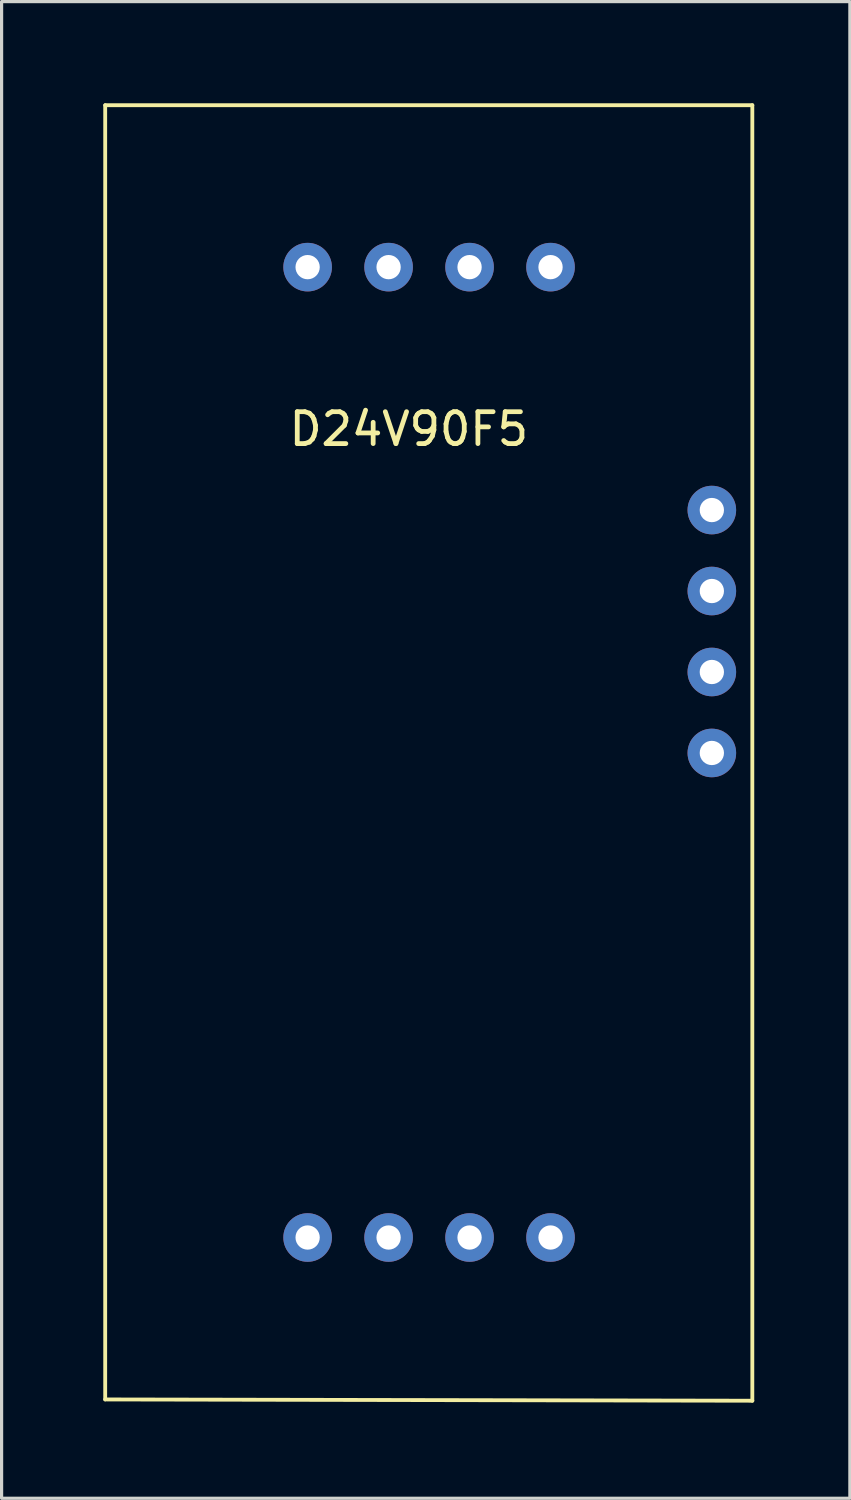
<source format=kicad_pcb>
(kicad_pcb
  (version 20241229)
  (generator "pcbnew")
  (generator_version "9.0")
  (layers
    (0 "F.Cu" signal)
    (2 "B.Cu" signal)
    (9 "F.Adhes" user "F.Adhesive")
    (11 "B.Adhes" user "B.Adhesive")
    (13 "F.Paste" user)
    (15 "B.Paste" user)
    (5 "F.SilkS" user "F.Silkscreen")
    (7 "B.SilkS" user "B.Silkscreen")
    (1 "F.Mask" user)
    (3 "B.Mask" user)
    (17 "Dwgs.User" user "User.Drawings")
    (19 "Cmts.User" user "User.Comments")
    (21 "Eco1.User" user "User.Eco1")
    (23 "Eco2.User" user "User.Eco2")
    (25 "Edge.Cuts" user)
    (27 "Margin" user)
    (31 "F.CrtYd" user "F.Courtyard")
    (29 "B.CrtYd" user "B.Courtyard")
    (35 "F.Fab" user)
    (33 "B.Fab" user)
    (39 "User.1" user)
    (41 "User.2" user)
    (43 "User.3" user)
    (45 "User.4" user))
  (footprint "D24V90F5"
    (layer "F.Cu")
    (at 0.25 0.25)
    (property "Reference" "D24V90F5" (at 9.525 10.16 0) (layer "F.SilkS") (effects (font (size 1 1) (thickness 0.15))))
    (attr through_hole)
    (fp_line (start 0 0) (end 0 40.6) (stroke (width 0.12) (type solid)) (layer "F.SilkS"))
    (fp_line (start 0 0) (end 20.3 0) (stroke (width 0.12) (type solid)) (layer "F.SilkS"))
    (fp_line (start 0 40.6) (end 20.3 40.64) (stroke (width 0.12) (type solid)) (layer "F.SilkS"))
    (fp_line (start 20.3 40.64) (end 20.3 0) (stroke (width 0.12) (type solid)) (layer "F.SilkS"))
    (pad "ENB" thru_hole circle (at 19.03 12.7) (size 1.524 1.524) (drill 0.762) (layers "*.Cu" "*.Mask"))
    (pad "FB" thru_hole circle (at 19.03 17.78) (size 1.524 1.524) (drill 0.762) (layers "*.Cu" "*.Mask"))
    (pad "GND" thru_hole circle (at 11.43 5.08) (size 1.524 1.524) (drill 0.762) (layers "*.Cu" "*.Mask"))
    (pad "GND" thru_hole circle (at 11.43 35.52) (size 1.524 1.524) (drill 0.762) (layers "*.Cu" "*.Mask"))
    (pad "GND" thru_hole circle (at 13.97 5.08) (size 1.524 1.524) (drill 0.762) (layers "*.Cu" "*.Mask"))
    (pad "GND" thru_hole circle (at 13.97 35.52) (size 1.524 1.524) (drill 0.762) (layers "*.Cu" "*.Mask"))
    (pad "PG" thru_hole circle (at 19.03 15.24) (size 1.524 1.524) (drill 0.762) (layers "*.Cu" "*.Mask"))
    (pad "VIN" thru_hole circle (at 6.35 5.08) (size 1.524 1.524) (drill 0.762) (layers "*.Cu" "*.Mask"))
    (pad "VIN" thru_hole circle (at 8.89 5.08) (size 1.524 1.524) (drill 0.762) (layers "*.Cu" "*.Mask"))
    (pad "VOUT" thru_hole circle (at 6.35 35.52 90) (size 1.524 1.524) (drill 0.762) (layers "*.Cu" "*.Mask"))
    (pad "VOUT" thru_hole circle (at 8.89 35.52) (size 1.524 1.524) (drill 0.762) (layers "*.Cu" "*.Mask"))
    (pad "VOUT" thru_hole circle (at 19.03 20.32) (size 1.524 1.524) (drill 0.762) (layers "*.Cu" "*.Mask")))
  (gr_rect
    (start -3 -3)
    (end 23.61 43.95)
    (stroke (width 0.1) (type default))
    (fill no)
    (layer "Edge.Cuts")))
</source>
